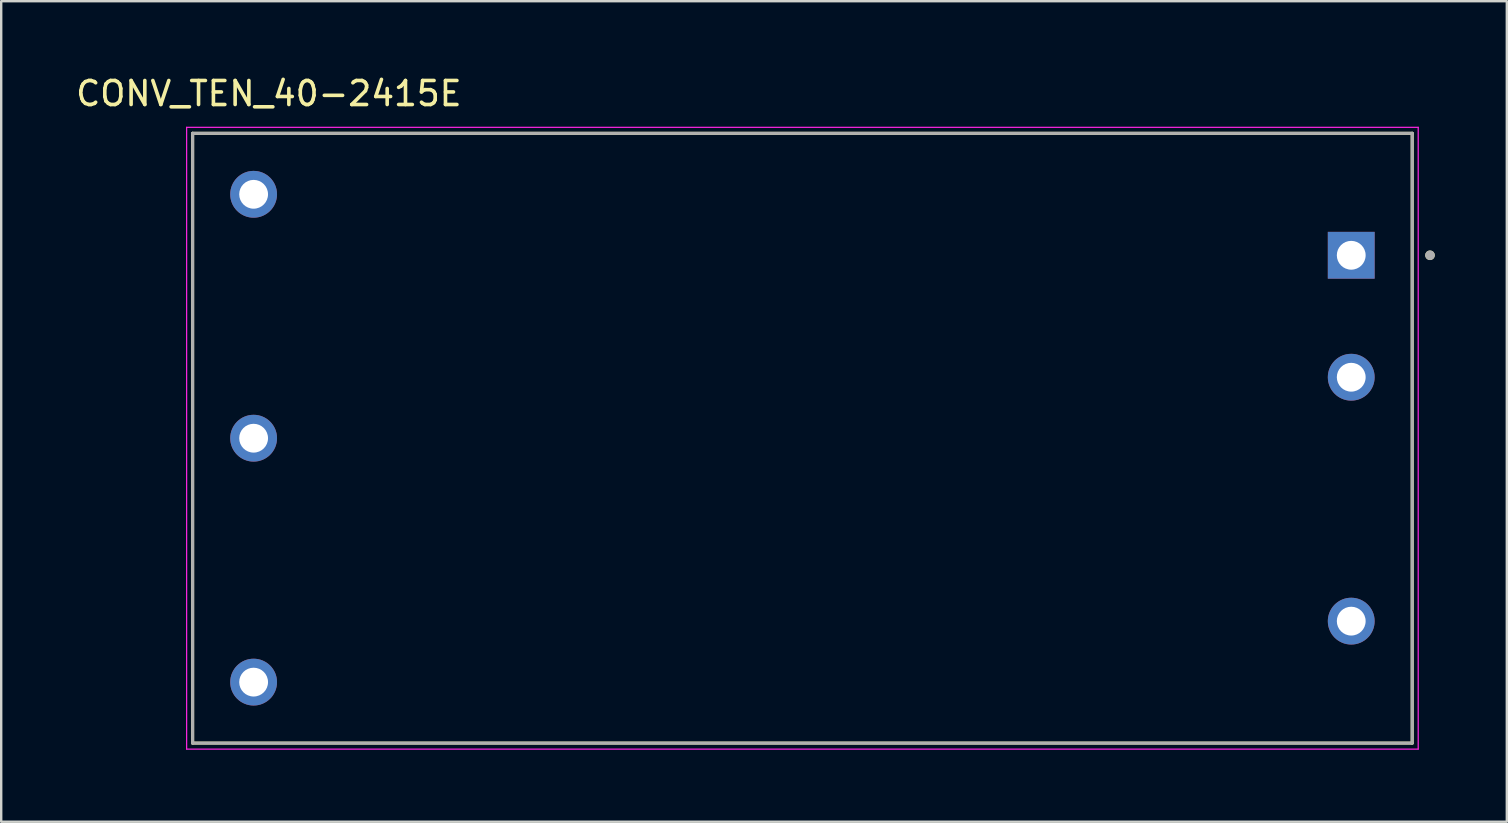
<source format=kicad_pcb>
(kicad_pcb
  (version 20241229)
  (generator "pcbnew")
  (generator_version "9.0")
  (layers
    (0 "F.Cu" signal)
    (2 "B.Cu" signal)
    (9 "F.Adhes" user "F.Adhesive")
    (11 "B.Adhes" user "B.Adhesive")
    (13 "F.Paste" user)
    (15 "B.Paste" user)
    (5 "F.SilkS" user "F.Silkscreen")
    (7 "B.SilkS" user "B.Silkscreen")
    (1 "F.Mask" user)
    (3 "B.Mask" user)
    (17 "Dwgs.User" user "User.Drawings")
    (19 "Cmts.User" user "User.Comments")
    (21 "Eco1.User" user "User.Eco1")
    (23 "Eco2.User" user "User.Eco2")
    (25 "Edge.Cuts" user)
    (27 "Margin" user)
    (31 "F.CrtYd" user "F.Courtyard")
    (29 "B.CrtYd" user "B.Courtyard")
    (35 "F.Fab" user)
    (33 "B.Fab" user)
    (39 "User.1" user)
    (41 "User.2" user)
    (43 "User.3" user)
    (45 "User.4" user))
  (footprint "CONV_TEN_40-2415E"
    (layer "F.Cu")
    (at 30.374 15.203)
    (property "Reference" "CONV_TEN_40-2415E" (at -22.225 -14.355 0) (layer "F.SilkS") (effects (font (size 1 1) (thickness 0.15))))
    (attr through_hole)
    (fp_line (start -25.4 -12.7) (end 25.4 -12.7) (stroke (width 0.127) (type solid)) (layer "F.SilkS"))
    (fp_line (start -25.4 12.7) (end -25.4 -12.7) (stroke (width 0.127) (type solid)) (layer "F.SilkS"))
    (fp_line (start 25.4 -12.7) (end 25.4 12.7) (stroke (width 0.127) (type solid)) (layer "F.SilkS"))
    (fp_line (start 25.4 12.7) (end -25.4 12.7) (stroke (width 0.127) (type solid)) (layer "F.SilkS"))
    (fp_circle (center 26.141 -7.62) (end 26.241 -7.62) (stroke (width 0.2) (type solid)) (fill no) (layer "F.SilkS"))
    (fp_line (start -25.65 -12.95) (end -25.65 12.95) (stroke (width 0.05) (type solid)) (layer "F.CrtYd"))
    (fp_line (start -25.65 12.95) (end 25.65 12.95) (stroke (width 0.05) (type solid)) (layer "F.CrtYd"))
    (fp_line (start 25.65 -12.95) (end -25.65 -12.95) (stroke (width 0.05) (type solid)) (layer "F.CrtYd"))
    (fp_line (start 25.65 12.95) (end 25.65 -12.95) (stroke (width 0.05) (type solid)) (layer "F.CrtYd"))
    (fp_line (start -25.4 -12.7) (end 25.4 -12.7) (stroke (width 0.127) (type solid)) (layer "F.Fab"))
    (fp_line (start -25.4 12.7) (end -25.4 -12.7) (stroke (width 0.127) (type solid)) (layer "F.Fab"))
    (fp_line (start 25.4 -12.7) (end 25.4 12.7) (stroke (width 0.127) (type solid)) (layer "F.Fab"))
    (fp_line (start 25.4 12.7) (end -25.4 12.7) (stroke (width 0.127) (type solid)) (layer "F.Fab"))
    (fp_circle (center 26.141 -7.62) (end 26.241 -7.62) (stroke (width 0.2) (type solid)) (fill no) (layer "F.Fab"))
    (pad "1" thru_hole rect (at 22.86 -7.62) (size 1.95 1.95) (drill 1.2) (layers "*.Cu" "*.Mask"))
    (pad "2" thru_hole circle (at 22.86 -2.54) (size 1.95 1.95) (drill 1.2) (layers "*.Cu" "*.Mask"))
    (pad "3" thru_hole circle (at 22.86 7.62) (size 1.95 1.95) (drill 1.2) (layers "*.Cu" "*.Mask"))
    (pad "4" thru_hole circle (at -22.86 -10.16) (size 1.95 1.95) (drill 1.2) (layers "*.Cu" "*.Mask"))
    (pad "5" thru_hole circle (at -22.86 0) (size 1.95 1.95) (drill 1.2) (layers "*.Cu" "*.Mask"))
    (pad "6" thru_hole circle (at -22.86 10.16) (size 1.95 1.95) (drill 1.2) (layers "*.Cu" "*.Mask")))
  (gr_rect
    (start -3 -3)
    (end 59.715 31.178)
    (stroke (width 0.1) (type default))
    (fill no)
    (layer "Edge.Cuts")))
</source>
